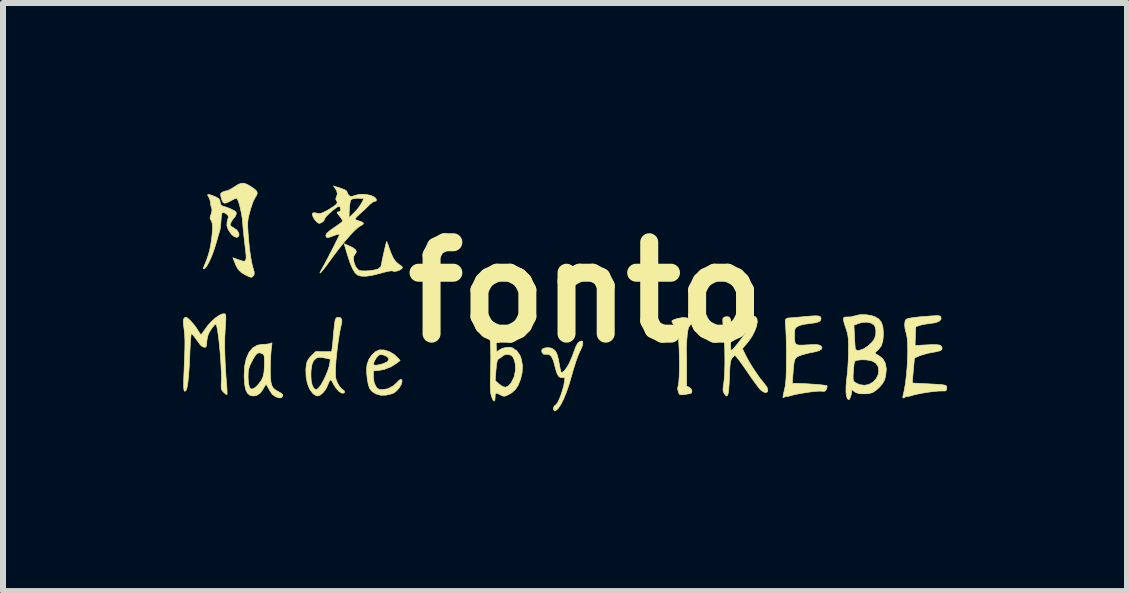
<source format=kicad_pcb>
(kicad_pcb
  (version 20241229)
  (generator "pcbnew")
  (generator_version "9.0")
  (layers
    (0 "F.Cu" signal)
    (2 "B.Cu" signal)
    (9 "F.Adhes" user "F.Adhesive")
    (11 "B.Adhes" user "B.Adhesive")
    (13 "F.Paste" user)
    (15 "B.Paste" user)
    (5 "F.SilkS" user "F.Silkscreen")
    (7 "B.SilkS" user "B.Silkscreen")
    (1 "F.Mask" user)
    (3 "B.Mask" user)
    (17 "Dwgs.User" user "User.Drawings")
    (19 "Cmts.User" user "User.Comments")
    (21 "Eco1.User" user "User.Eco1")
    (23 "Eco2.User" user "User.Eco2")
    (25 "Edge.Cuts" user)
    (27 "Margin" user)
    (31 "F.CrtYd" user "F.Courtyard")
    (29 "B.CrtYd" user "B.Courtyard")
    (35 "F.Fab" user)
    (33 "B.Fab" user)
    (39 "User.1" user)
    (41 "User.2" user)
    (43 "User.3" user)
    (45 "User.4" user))
  (footprint "fonto"
    (layer "F.Cu")
    (at 6.721 1.823)
    (property "Reference" "fonto" (at 0 0 0) (layer "F.SilkS") (effects (font (size 1.524 1.524) (thickness 0.3))))
    (attr through_hole)
    (fp_poly (pts (xy 1.687 0.428) (xy 1.732 0.462) (xy 1.741 0.477) (xy 1.753 0.513) (xy 1.74 0.543) (xy 1.728 0.556) (xy 1.711 0.582) (xy 1.698 0.624) (xy 1.688 0.688) (xy 1.681 0.768) (xy 1.675 0.845) (xy 1.672 0.911) (xy 1.671 0.956) (xy 1.672 0.97) (xy 1.673 0.996) (xy 1.674 1.051) (xy 1.675 1.127) (xy 1.676 1.219) (xy 1.676 1.281) (xy 1.676 1.564) (xy 1.72 1.584) (xy 1.751 1.611) (xy 1.765 1.646) (xy 1.757 1.677) (xy 1.75 1.682) (xy 1.725 1.69) (xy 1.678 1.698) (xy 1.646 1.703) (xy 1.593 1.709) (xy 1.565 1.706) (xy 1.549 1.688) (xy 1.537 1.658) (xy 1.527 1.615) (xy 1.527 1.585) (xy 1.528 1.584) (xy 1.539 1.549) (xy 1.546 1.486) (xy 1.552 1.401) (xy 1.555 1.3) (xy 1.556 1.188) (xy 1.554 1.072) (xy 1.551 0.957) (xy 1.546 0.85) (xy 1.539 0.755) (xy 1.53 0.679) (xy 1.52 0.628) (xy 1.51 0.609) (xy 1.485 0.579) (xy 1.457 0.539) (xy 1.435 0.5) (xy 1.429 0.479) (xy 1.444 0.466) (xy 1.484 0.449) (xy 1.525 0.436) (xy 1.618 0.419) (xy 1.687 0.428)) (stroke (width 0.01) (type solid)) (fill yes) (layer "F.SilkS"))
    (fp_poly (pts (xy -3.316 -0.831) (xy -3.302 -0.792) (xy -3.289 -0.754) (xy -3.25 -0.647) (xy -3.213 -0.568) (xy -3.173 -0.511) (xy -3.127 -0.471) (xy -3.117 -0.464) (xy -3.076 -0.436) (xy -3.061 -0.417) (xy -3.068 -0.4) (xy -3.072 -0.395) (xy -3.109 -0.37) (xy -3.157 -0.353) (xy -3.2 -0.348) (xy -3.223 -0.355) (xy -3.248 -0.358) (xy -3.303 -0.35) (xy -3.383 -0.33) (xy -3.426 -0.318) (xy -3.559 -0.284) (xy -3.665 -0.268) (xy -3.747 -0.269) (xy -3.808 -0.287) (xy -3.809 -0.287) (xy -3.85 -0.323) (xy -3.892 -0.391) (xy -3.935 -0.491) (xy -3.979 -0.625) (xy -3.983 -0.639) (xy -4.034 -0.81) (xy -3.97 -0.783) (xy -3.889 -0.744) (xy -3.843 -0.708) (xy -3.829 -0.675) (xy -3.847 -0.642) (xy -3.854 -0.635) (xy -3.875 -0.597) (xy -3.878 -0.541) (xy -3.864 -0.479) (xy -3.838 -0.421) (xy -3.801 -0.377) (xy -3.787 -0.368) (xy -3.747 -0.358) (xy -3.684 -0.356) (xy -3.611 -0.36) (xy -3.54 -0.37) (xy -3.481 -0.384) (xy -3.464 -0.391) (xy -3.422 -0.428) (xy -3.412 -0.464) (xy -3.406 -0.5) (xy -3.395 -0.556) (xy -3.38 -0.624) (xy -3.364 -0.695) (xy -3.349 -0.76) (xy -3.336 -0.812) (xy -3.327 -0.842) (xy -3.324 -0.847) (xy -3.316 -0.831)) (stroke (width 0.01) (type solid)) (fill yes) (layer "F.SilkS"))
    (fp_poly (pts (xy -3.37 0.961) (xy -3.285 0.987) (xy -3.205 1.033) (xy -3.16 1.073) (xy -3.1 1.136) (xy -3.151 1.177) (xy -3.253 1.242) (xy -3.366 1.286) (xy -3.452 1.302) (xy -3.545 1.31) (xy -3.545 1.407) (xy -3.536 1.496) (xy -3.509 1.563) (xy -3.479 1.603) (xy -3.444 1.62) (xy -3.402 1.623) (xy -3.302 1.607) (xy -3.213 1.559) (xy -3.161 1.511) (xy -3.116 1.465) (xy -3.087 1.449) (xy -3.072 1.462) (xy -3.069 1.488) (xy -3.083 1.539) (xy -3.118 1.596) (xy -3.165 1.648) (xy -3.216 1.684) (xy -3.231 1.69) (xy -3.337 1.715) (xy -3.425 1.716) (xy -3.503 1.694) (xy -3.505 1.694) (xy -3.567 1.654) (xy -3.607 1.606) (xy -3.63 1.542) (xy -3.647 1.455) (xy -3.657 1.36) (xy -3.659 1.269) (xy -3.651 1.2) (xy -3.545 1.2) (xy -3.53 1.214) (xy -3.489 1.215) (xy -3.428 1.203) (xy -3.382 1.189) (xy -3.318 1.16) (xy -3.289 1.127) (xy -3.295 1.094) (xy -3.335 1.063) (xy -3.379 1.045) (xy -3.424 1.036) (xy -3.459 1.05) (xy -3.467 1.056) (xy -3.498 1.093) (xy -3.527 1.142) (xy -3.544 1.188) (xy -3.545 1.2) (xy -3.651 1.2) (xy -3.65 1.197) (xy -3.65 1.197) (xy -3.62 1.117) (xy -3.571 1.045) (xy -3.513 0.99) (xy -3.451 0.961) (xy -3.447 0.96) (xy -3.37 0.961)) (stroke (width 0.01) (type solid)) (fill yes) (layer "F.SilkS"))
    (fp_poly (pts (xy -0.055 0.826) (xy -0.056 0.863) (xy -0.072 0.917) (xy -0.088 0.952) (xy -0.129 1.041) (xy -0.168 1.147) (xy -0.209 1.276) (xy -0.245 1.402) (xy -0.287 1.545) (xy -0.332 1.674) (xy -0.378 1.784) (xy -0.423 1.873) (xy -0.465 1.936) (xy -0.503 1.97) (xy -0.521 1.976) (xy -0.542 1.96) (xy -0.547 1.936) (xy -0.531 1.895) (xy -0.508 1.878) (xy -0.484 1.853) (xy -0.456 1.801) (xy -0.426 1.73) (xy -0.399 1.649) (xy -0.375 1.565) (xy -0.361 1.492) (xy -0.355 1.445) (xy -0.359 1.424) (xy -0.377 1.421) (xy -0.391 1.423) (xy -0.431 1.421) (xy -0.463 1.394) (xy -0.49 1.34) (xy -0.515 1.255) (xy -0.52 1.232) (xy -0.547 1.135) (xy -0.578 1.071) (xy -0.615 1.037) (xy -0.659 1.033) (xy -0.664 1.034) (xy -0.709 1.032) (xy -0.735 1.002) (xy -0.741 0.967) (xy -0.725 0.943) (xy -0.687 0.928) (xy -0.637 0.922) (xy -0.587 0.929) (xy -0.556 0.942) (xy -0.522 0.969) (xy -0.497 1.004) (xy -0.477 1.054) (xy -0.46 1.127) (xy -0.449 1.185) (xy -0.437 1.252) (xy -0.425 1.305) (xy -0.417 1.334) (xy -0.415 1.337) (xy -0.396 1.334) (xy -0.365 1.308) (xy -0.329 1.263) (xy -0.293 1.207) (xy -0.293 1.206) (xy -0.267 1.152) (xy -0.236 1.079) (xy -0.207 1.001) (xy -0.203 0.989) (xy -0.17 0.903) (xy -0.139 0.847) (xy -0.105 0.818) (xy -0.072 0.811) (xy -0.055 0.826)) (stroke (width 0.01) (type solid)) (fill yes) (layer "F.SilkS"))
    (fp_poly (pts (xy -5.645 -1.797) (xy -5.584 -1.76) (xy -5.522 -1.717) (xy -5.489 -1.682) (xy -5.482 -1.647) (xy -5.5 -1.605) (xy -5.523 -1.57) (xy -5.542 -1.534) (xy -5.565 -1.474) (xy -5.59 -1.4) (xy -5.601 -1.361) (xy -5.622 -1.283) (xy -5.635 -1.221) (xy -5.641 -1.163) (xy -5.641 -1.095) (xy -5.636 -1.006) (xy -5.636 -0.999) (xy -5.625 -0.859) (xy -5.611 -0.722) (xy -5.593 -0.597) (xy -5.574 -0.49) (xy -5.554 -0.409) (xy -5.548 -0.391) (xy -5.533 -0.338) (xy -5.534 -0.302) (xy -5.543 -0.281) (xy -5.562 -0.258) (xy -5.583 -0.25) (xy -5.617 -0.259) (xy -5.672 -0.286) (xy -5.68 -0.29) (xy -5.748 -0.33) (xy -5.794 -0.374) (xy -5.83 -0.432) (xy -5.853 -0.487) (xy -5.889 -0.577) (xy -5.792 -0.542) (xy -5.74 -0.524) (xy -5.703 -0.517) (xy -5.68 -0.527) (xy -5.669 -0.556) (xy -5.668 -0.609) (xy -5.676 -0.69) (xy -5.686 -0.771) (xy -5.698 -0.875) (xy -5.71 -0.986) (xy -5.72 -1.087) (xy -5.725 -1.155) (xy -5.733 -1.236) (xy -5.747 -1.321) (xy -5.765 -1.404) (xy -5.784 -1.477) (xy -5.804 -1.533) (xy -5.821 -1.565) (xy -5.83 -1.57) (xy -5.854 -1.561) (xy -5.897 -1.54) (xy -5.924 -1.526) (xy -5.986 -1.494) (xy -6.027 -1.485) (xy -6.055 -1.502) (xy -6.075 -1.548) (xy -6.091 -1.607) (xy -6.093 -1.644) (xy -6.07 -1.667) (xy -6.058 -1.673) (xy -6.015 -1.688) (xy -5.986 -1.693) (xy -5.957 -1.703) (xy -5.912 -1.727) (xy -5.88 -1.748) (xy -5.808 -1.794) (xy -5.751 -1.818) (xy -5.7 -1.818) (xy -5.645 -1.797)) (stroke (width 0.01) (type solid)) (fill yes) (layer "F.SilkS"))
    (fp_poly (pts (xy -5.251 0.972) (xy -5.257 1.046) (xy -5.262 1.141) (xy -5.264 1.243) (xy -5.265 1.305) (xy -5.262 1.416) (xy -5.254 1.498) (xy -5.238 1.557) (xy -5.212 1.6) (xy -5.173 1.632) (xy -5.142 1.649) (xy -5.085 1.681) (xy -5.058 1.706) (xy -5.057 1.729) (xy -5.066 1.741) (xy -5.088 1.759) (xy -5.12 1.76) (xy -5.169 1.743) (xy -5.18 1.738) (xy -5.232 1.701) (xy -5.278 1.633) (xy -5.282 1.624) (xy -5.308 1.576) (xy -5.328 1.543) (xy -5.336 1.535) (xy -5.348 1.549) (xy -5.369 1.585) (xy -5.379 1.604) (xy -5.43 1.678) (xy -5.49 1.718) (xy -5.549 1.729) (xy -5.604 1.717) (xy -5.647 1.681) (xy -5.676 1.619) (xy -5.694 1.527) (xy -5.701 1.404) (xy -5.701 1.4) (xy -5.635 1.4) (xy -5.635 1.422) (xy -5.629 1.519) (xy -5.613 1.582) (xy -5.587 1.612) (xy -5.549 1.609) (xy -5.5 1.573) (xy -5.459 1.529) (xy -5.415 1.47) (xy -5.386 1.408) (xy -5.37 1.334) (xy -5.363 1.239) (xy -5.362 1.186) (xy -5.363 1.114) (xy -5.366 1.069) (xy -5.375 1.043) (xy -5.39 1.028) (xy -5.408 1.019) (xy -5.446 1.008) (xy -5.479 1.016) (xy -5.511 1.047) (xy -5.547 1.105) (xy -5.574 1.156) (xy -5.606 1.222) (xy -5.624 1.275) (xy -5.633 1.329) (xy -5.635 1.4) (xy -5.701 1.4) (xy -5.701 1.385) (xy -5.693 1.233) (xy -5.666 1.105) (xy -5.621 1.003) (xy -5.56 0.928) (xy -5.483 0.882) (xy -5.393 0.867) (xy -5.386 0.867) (xy -5.329 0.865) (xy -5.281 0.857) (xy -5.277 0.856) (xy -5.236 0.842) (xy -5.251 0.972)) (stroke (width 0.01) (type solid)) (fill yes) (layer "F.SilkS"))
    (fp_poly (pts (xy -1.595 0.464) (xy -1.568 0.488) (xy -1.541 0.529) (xy -1.519 0.577) (xy -1.515 0.593) (xy -1.507 0.642) (xy -1.501 0.714) (xy -1.499 0.795) (xy -1.499 0.825) (xy -1.498 0.896) (xy -1.495 0.951) (xy -1.491 0.983) (xy -1.488 0.988) (xy -1.466 0.977) (xy -1.448 0.962) (xy -1.399 0.935) (xy -1.334 0.919) (xy -1.269 0.916) (xy -1.234 0.924) (xy -1.159 0.972) (xy -1.107 1.041) (xy -1.084 1.1) (xy -1.061 1.218) (xy -1.066 1.335) (xy -1.091 1.443) (xy -1.131 1.546) (xy -1.179 1.621) (xy -1.243 1.677) (xy -1.285 1.701) (xy -1.334 1.725) (xy -1.366 1.733) (xy -1.394 1.727) (xy -1.429 1.71) (xy -1.479 1.685) (xy -1.505 1.681) (xy -1.515 1.701) (xy -1.517 1.746) (xy -1.521 1.797) (xy -1.533 1.814) (xy -1.551 1.797) (xy -1.573 1.747) (xy -1.576 1.736) (xy -1.586 1.702) (xy -1.593 1.661) (xy -1.596 1.608) (xy -1.598 1.537) (xy -1.597 1.473) (xy -1.516 1.473) (xy -1.45 1.53) (xy -1.39 1.573) (xy -1.339 1.582) (xy -1.291 1.558) (xy -1.248 1.507) (xy -1.202 1.416) (xy -1.179 1.31) (xy -1.179 1.204) (xy -1.196 1.132) (xy -1.219 1.081) (xy -1.244 1.054) (xy -1.281 1.04) (xy -1.287 1.038) (xy -1.338 1.035) (xy -1.379 1.053) (xy -1.396 1.067) (xy -1.435 1.096) (xy -1.465 1.114) (xy -1.467 1.115) (xy -1.48 1.137) (xy -1.492 1.193) (xy -1.501 1.281) (xy -1.503 1.298) (xy -1.516 1.473) (xy -1.597 1.473) (xy -1.597 1.443) (xy -1.593 1.32) (xy -1.593 1.305) (xy -1.589 1.068) (xy -1.595 0.858) (xy -1.604 0.715) (xy -1.612 0.626) (xy -1.617 0.551) (xy -1.618 0.495) (xy -1.617 0.466) (xy -1.616 0.463) (xy -1.595 0.464)) (stroke (width 0.01) (type solid)) (fill yes) (layer "F.SilkS"))
    (fp_poly (pts (xy -6.275 -1.628) (xy -6.225 -1.611) (xy -6.161 -1.584) (xy -6.123 -1.561) (xy -6.106 -1.536) (xy -6.103 -1.509) (xy -6.09 -1.462) (xy -6.055 -1.433) (xy -6.033 -1.429) (xy -6.003 -1.421) (xy -5.954 -1.403) (xy -5.915 -1.386) (xy -5.863 -1.36) (xy -5.837 -1.339) (xy -5.831 -1.317) (xy -5.833 -1.302) (xy -5.854 -1.258) (xy -5.873 -1.235) (xy -5.902 -1.199) (xy -5.923 -1.16) (xy -5.934 -1.126) (xy -5.925 -1.105) (xy -5.89 -1.084) (xy -5.887 -1.082) (xy -5.823 -1.039) (xy -5.791 -0.991) (xy -5.786 -0.957) (xy -5.797 -0.925) (xy -5.827 -0.916) (xy -5.867 -0.929) (xy -5.909 -0.962) (xy -5.913 -0.968) (xy -5.966 -1.044) (xy -5.989 -1.113) (xy -5.984 -1.183) (xy -5.979 -1.202) (xy -5.965 -1.248) (xy -5.967 -1.275) (xy -5.986 -1.297) (xy -5.998 -1.307) (xy -6.041 -1.332) (xy -6.067 -1.326) (xy -6.079 -1.289) (xy -6.08 -1.277) (xy -6.084 -1.228) (xy -6.089 -1.164) (xy -6.091 -1.138) (xy -6.097 -1.081) (xy -6.105 -1.036) (xy -6.108 -1.023) (xy -6.117 -0.996) (xy -6.133 -0.943) (xy -6.153 -0.872) (xy -6.174 -0.801) (xy -6.207 -0.697) (xy -6.243 -0.6) (xy -6.281 -0.515) (xy -6.318 -0.447) (xy -6.35 -0.404) (xy -6.367 -0.391) (xy -6.383 -0.394) (xy -6.38 -0.408) (xy -6.332 -0.525) (xy -6.297 -0.625) (xy -6.272 -0.718) (xy -6.254 -0.817) (xy -6.253 -0.824) (xy -6.235 -0.961) (xy -6.228 -1.067) (xy -6.231 -1.143) (xy -6.246 -1.19) (xy -6.252 -1.199) (xy -6.267 -1.221) (xy -6.268 -1.249) (xy -6.255 -1.294) (xy -6.252 -1.302) (xy -6.237 -1.364) (xy -6.241 -1.405) (xy -6.244 -1.411) (xy -6.258 -1.454) (xy -6.262 -1.494) (xy -6.272 -1.547) (xy -6.29 -1.585) (xy -6.309 -1.618) (xy -6.305 -1.632) (xy -6.275 -1.628)) (stroke (width 0.01) (type solid)) (fill yes) (layer "F.SilkS"))
    (fp_poly (pts (xy 5.891 0.393) (xy 5.907 0.401) (xy 5.916 0.416) (xy 5.916 0.417) (xy 5.915 0.455) (xy 5.881 0.485) (xy 5.816 0.508) (xy 5.737 0.52) (xy 5.665 0.529) (xy 5.597 0.542) (xy 5.556 0.553) (xy 5.495 0.575) (xy 5.489 0.731) (xy 5.484 0.887) (xy 5.668 0.877) (xy 5.769 0.872) (xy 5.84 0.873) (xy 5.887 0.878) (xy 5.915 0.89) (xy 5.929 0.91) (xy 5.932 0.918) (xy 5.934 0.945) (xy 5.919 0.964) (xy 5.882 0.98) (xy 5.819 0.994) (xy 5.771 1.002) (xy 5.692 1.018) (xy 5.614 1.04) (xy 5.558 1.059) (xy 5.474 1.095) (xy 5.455 1.302) (xy 5.448 1.382) (xy 5.442 1.449) (xy 5.439 1.494) (xy 5.439 1.511) (xy 5.456 1.513) (xy 5.503 1.516) (xy 5.572 1.519) (xy 5.657 1.524) (xy 5.689 1.525) (xy 5.804 1.531) (xy 5.888 1.536) (xy 5.947 1.542) (xy 5.984 1.549) (xy 6.004 1.56) (xy 6.012 1.574) (xy 6.012 1.593) (xy 6.012 1.601) (xy 6.005 1.632) (xy 5.986 1.645) (xy 5.946 1.645) (xy 5.935 1.645) (xy 5.88 1.646) (xy 5.8 1.653) (xy 5.707 1.665) (xy 5.611 1.68) (xy 5.523 1.697) (xy 5.452 1.714) (xy 5.427 1.722) (xy 5.381 1.735) (xy 5.349 1.738) (xy 5.344 1.737) (xy 5.323 1.74) (xy 5.318 1.746) (xy 5.296 1.764) (xy 5.28 1.755) (xy 5.281 1.733) (xy 5.303 1.637) (xy 5.323 1.521) (xy 5.339 1.391) (xy 5.351 1.253) (xy 5.358 1.115) (xy 5.362 0.984) (xy 5.36 0.865) (xy 5.353 0.766) (xy 5.34 0.693) (xy 5.335 0.679) (xy 5.317 0.607) (xy 5.31 0.536) (xy 5.318 0.479) (xy 5.326 0.46) (xy 5.349 0.444) (xy 5.399 0.43) (xy 5.479 0.418) (xy 5.59 0.406) (xy 5.725 0.396) (xy 5.807 0.391) (xy 5.859 0.389) (xy 5.891 0.393)) (stroke (width 0.01) (type solid)) (fill yes) (layer "F.SilkS"))
    (fp_poly (pts (xy 2.819 0.404) (xy 2.821 0.405) (xy 2.848 0.438) (xy 2.854 0.492) (xy 2.842 0.563) (xy 2.812 0.644) (xy 2.768 0.73) (xy 2.71 0.815) (xy 2.675 0.858) (xy 2.605 0.938) (xy 2.662 1.054) (xy 2.71 1.145) (xy 2.771 1.245) (xy 2.837 1.345) (xy 2.901 1.436) (xy 2.959 1.507) (xy 2.972 1.523) (xy 3.013 1.577) (xy 3.029 1.623) (xy 3.024 1.657) (xy 3 1.672) (xy 2.96 1.663) (xy 2.917 1.634) (xy 2.89 1.606) (xy 2.849 1.553) (xy 2.797 1.483) (xy 2.738 1.399) (xy 2.682 1.317) (xy 2.623 1.232) (xy 2.57 1.158) (xy 2.526 1.101) (xy 2.495 1.064) (xy 2.48 1.052) (xy 2.479 1.052) (xy 2.456 1.071) (xy 2.429 1.102) (xy 2.416 1.127) (xy 2.406 1.164) (xy 2.399 1.218) (xy 2.394 1.296) (xy 2.39 1.388) (xy 2.385 1.517) (xy 2.378 1.613) (xy 2.37 1.678) (xy 2.359 1.716) (xy 2.345 1.729) (xy 2.326 1.719) (xy 2.303 1.689) (xy 2.302 1.687) (xy 2.287 1.658) (xy 2.282 1.624) (xy 2.286 1.574) (xy 2.294 1.523) (xy 2.303 1.442) (xy 2.309 1.335) (xy 2.313 1.209) (xy 2.313 1.074) (xy 2.311 0.937) (xy 2.306 0.809) (xy 2.299 0.697) (xy 2.293 0.638) (xy 2.284 0.56) (xy 2.279 0.494) (xy 2.279 0.448) (xy 2.281 0.434) (xy 2.307 0.412) (xy 2.345 0.406) (xy 2.373 0.409) (xy 2.393 0.421) (xy 2.407 0.448) (xy 2.414 0.493) (xy 2.417 0.561) (xy 2.415 0.656) (xy 2.412 0.734) (xy 2.41 0.821) (xy 2.41 0.893) (xy 2.413 0.945) (xy 2.417 0.969) (xy 2.418 0.97) (xy 2.438 0.957) (xy 2.472 0.92) (xy 2.517 0.867) (xy 2.566 0.803) (xy 2.615 0.736) (xy 2.66 0.671) (xy 2.695 0.615) (xy 2.711 0.585) (xy 2.737 0.52) (xy 2.748 0.465) (xy 2.747 0.447) (xy 2.75 0.407) (xy 2.775 0.392) (xy 2.819 0.404)) (stroke (width 0.01) (type solid)) (fill yes) (layer "F.SilkS"))
    (fp_poly (pts (xy -4.101 0.42) (xy -4.075 0.448) (xy -4.072 0.497) (xy -4.076 0.516) (xy -4.093 0.586) (xy -4.111 0.683) (xy -4.129 0.797) (xy -4.146 0.92) (xy -4.16 1.042) (xy -4.171 1.155) (xy -4.174 1.209) (xy -4.178 1.302) (xy -4.179 1.368) (xy -4.176 1.417) (xy -4.167 1.456) (xy -4.153 1.493) (xy -4.149 1.503) (xy -4.119 1.558) (xy -4.083 1.602) (xy -4.067 1.614) (xy -4.03 1.645) (xy -4.025 1.667) (xy -4.048 1.682) (xy -4.082 1.678) (xy -4.124 1.648) (xy -4.168 1.6) (xy -4.207 1.539) (xy -4.215 1.524) (xy -4.239 1.478) (xy -4.258 1.46) (xy -4.275 1.473) (xy -4.296 1.517) (xy -4.311 1.556) (xy -4.344 1.621) (xy -4.389 1.677) (xy -4.438 1.716) (xy -4.479 1.729) (xy -4.513 1.717) (xy -4.553 1.689) (xy -4.556 1.686) (xy -4.608 1.616) (xy -4.646 1.521) (xy -4.668 1.409) (xy -4.669 1.368) (xy -4.588 1.368) (xy -4.584 1.467) (xy -4.568 1.544) (xy -4.542 1.596) (xy -4.528 1.609) (xy -4.503 1.621) (xy -4.481 1.614) (xy -4.45 1.584) (xy -4.449 1.583) (xy -4.415 1.536) (xy -4.376 1.465) (xy -4.338 1.383) (xy -4.304 1.3) (xy -4.282 1.228) (xy -4.275 1.197) (xy -4.264 1.115) (xy -4.362 1.094) (xy -4.423 1.084) (xy -4.462 1.084) (xy -4.493 1.095) (xy -4.505 1.103) (xy -4.545 1.143) (xy -4.571 1.206) (xy -4.585 1.296) (xy -4.588 1.368) (xy -4.669 1.368) (xy -4.672 1.286) (xy -4.666 1.228) (xy -4.655 1.166) (xy -4.633 1.12) (xy -4.594 1.072) (xy -4.581 1.059) (xy -4.507 0.986) (xy -4.379 0.99) (xy -4.315 0.99) (xy -4.267 0.989) (xy -4.244 0.986) (xy -4.243 0.986) (xy -4.239 0.967) (xy -4.233 0.919) (xy -4.225 0.85) (xy -4.217 0.767) (xy -4.217 0.758) (xy -4.206 0.643) (xy -4.197 0.558) (xy -4.19 0.499) (xy -4.182 0.46) (xy -4.172 0.437) (xy -4.161 0.424) (xy -4.146 0.418) (xy -4.144 0.418) (xy -4.101 0.42)) (stroke (width 0.01) (type solid)) (fill yes) (layer "F.SilkS"))
    (fp_poly (pts (xy 3.875 0.395) (xy 3.902 0.405) (xy 3.914 0.422) (xy 3.916 0.44) (xy 3.908 0.469) (xy 3.881 0.491) (xy 3.83 0.507) (xy 3.75 0.518) (xy 3.717 0.522) (xy 3.631 0.534) (xy 3.562 0.552) (xy 3.529 0.567) (xy 3.5 0.586) (xy 3.484 0.608) (xy 3.477 0.641) (xy 3.475 0.698) (xy 3.475 0.719) (xy 3.476 0.79) (xy 3.483 0.838) (xy 3.5 0.866) (xy 3.535 0.879) (xy 3.593 0.881) (xy 3.68 0.877) (xy 3.691 0.876) (xy 3.78 0.872) (xy 3.841 0.872) (xy 3.881 0.878) (xy 3.906 0.888) (xy 3.909 0.89) (xy 3.933 0.92) (xy 3.923 0.949) (xy 3.881 0.974) (xy 3.808 0.994) (xy 3.782 0.999) (xy 3.703 1.015) (xy 3.624 1.036) (xy 3.573 1.052) (xy 3.532 1.069) (xy 3.503 1.088) (xy 3.483 1.114) (xy 3.47 1.155) (xy 3.461 1.215) (xy 3.453 1.303) (xy 3.45 1.345) (xy 3.437 1.517) (xy 3.513 1.518) (xy 3.594 1.521) (xy 3.683 1.525) (xy 3.774 1.531) (xy 3.86 1.537) (xy 3.933 1.544) (xy 3.987 1.551) (xy 4.014 1.556) (xy 4.015 1.557) (xy 4.018 1.581) (xy 4.007 1.614) (xy 3.989 1.643) (xy 3.963 1.652) (xy 3.921 1.648) (xy 3.878 1.648) (xy 3.81 1.653) (xy 3.726 1.663) (xy 3.635 1.677) (xy 3.546 1.692) (xy 3.468 1.708) (xy 3.41 1.724) (xy 3.398 1.728) (xy 3.363 1.736) (xy 3.345 1.734) (xy 3.325 1.735) (xy 3.308 1.746) (xy 3.286 1.757) (xy 3.281 1.75) (xy 3.285 1.724) (xy 3.295 1.675) (xy 3.309 1.612) (xy 3.31 1.611) (xy 3.32 1.558) (xy 3.328 1.496) (xy 3.334 1.418) (xy 3.337 1.319) (xy 3.339 1.194) (xy 3.339 1.094) (xy 3.339 0.97) (xy 3.337 0.849) (xy 3.335 0.74) (xy 3.331 0.649) (xy 3.327 0.584) (xy 3.326 0.57) (xy 3.32 0.5) (xy 3.323 0.458) (xy 3.341 0.436) (xy 3.378 0.427) (xy 3.422 0.425) (xy 3.449 0.423) (xy 3.504 0.418) (xy 3.577 0.411) (xy 3.655 0.404) (xy 3.757 0.395) (xy 3.829 0.392) (xy 3.875 0.395)) (stroke (width 0.01) (type solid)) (fill yes) (layer "F.SilkS"))
    (fp_poly (pts (xy -6.013 0.365) (xy -6.007 0.391) (xy -6.006 0.448) (xy -6.011 0.533) (xy -6.015 0.592) (xy -6.024 0.753) (xy -6.025 0.945) (xy -6.018 1.162) (xy -6.004 1.4) (xy -5.996 1.497) (xy -5.99 1.578) (xy -5.986 1.644) (xy -5.985 1.69) (xy -5.987 1.706) (xy -6.003 1.701) (xy -6.033 1.676) (xy -6.042 1.668) (xy -6.067 1.64) (xy -6.08 1.611) (xy -6.084 1.571) (xy -6.082 1.508) (xy -6.081 1.503) (xy -6.079 1.429) (xy -6.081 1.336) (xy -6.086 1.23) (xy -6.093 1.115) (xy -6.102 0.998) (xy -6.113 0.883) (xy -6.124 0.776) (xy -6.137 0.682) (xy -6.149 0.606) (xy -6.161 0.553) (xy -6.171 0.53) (xy -6.173 0.529) (xy -6.194 0.543) (xy -6.224 0.578) (xy -6.257 0.625) (xy -6.285 0.673) (xy -6.3 0.705) (xy -6.315 0.763) (xy -6.323 0.815) (xy -6.327 0.862) (xy -6.33 0.895) (xy -6.33 0.895) (xy -6.345 0.915) (xy -6.376 0.914) (xy -6.412 0.895) (xy -6.433 0.874) (xy -6.463 0.833) (xy -6.501 0.781) (xy -6.517 0.759) (xy -6.549 0.718) (xy -6.573 0.692) (xy -6.581 0.688) (xy -6.585 0.705) (xy -6.59 0.751) (xy -6.596 0.822) (xy -6.601 0.913) (xy -6.606 1.016) (xy -6.606 1.026) (xy -6.615 1.218) (xy -6.626 1.374) (xy -6.638 1.496) (xy -6.652 1.582) (xy -6.668 1.633) (xy -6.685 1.649) (xy -6.695 1.647) (xy -6.702 1.636) (xy -6.706 1.614) (xy -6.709 1.578) (xy -6.709 1.523) (xy -6.708 1.446) (xy -6.704 1.343) (xy -6.699 1.212) (xy -6.694 1.09) (xy -6.689 0.934) (xy -6.688 0.805) (xy -6.693 0.698) (xy -6.702 0.616) (xy -6.712 0.538) (xy -6.716 0.488) (xy -6.713 0.456) (xy -6.704 0.436) (xy -6.697 0.427) (xy -6.679 0.415) (xy -6.66 0.418) (xy -6.631 0.44) (xy -6.592 0.478) (xy -6.541 0.535) (xy -6.495 0.596) (xy -6.473 0.631) (xy -6.447 0.674) (xy -6.427 0.701) (xy -6.421 0.706) (xy -6.406 0.692) (xy -6.38 0.657) (xy -6.36 0.627) (xy -6.306 0.553) (xy -6.245 0.485) (xy -6.181 0.428) (xy -6.119 0.385) (xy -6.066 0.36) (xy -6.026 0.358) (xy -6.013 0.365)) (stroke (width 0.01) (type solid)) (fill yes) (layer "F.SilkS"))
    (fp_poly (pts (xy 4.754 0.387) (xy 4.815 0.407) (xy 4.879 0.446) (xy 4.922 0.499) (xy 4.947 0.574) (xy 4.956 0.675) (xy 4.957 0.698) (xy 4.947 0.81) (xy 4.919 0.896) (xy 4.87 0.959) (xy 4.862 0.965) (xy 4.83 0.993) (xy 4.816 1.011) (xy 4.815 1.012) (xy 4.83 1.026) (xy 4.865 1.047) (xy 4.882 1.057) (xy 4.948 1.109) (xy 4.989 1.184) (xy 5.005 1.28) (xy 4.993 1.394) (xy 4.993 1.398) (xy 4.973 1.466) (xy 4.94 1.524) (xy 4.894 1.577) (xy 4.831 1.636) (xy 4.774 1.672) (xy 4.71 1.689) (xy 4.626 1.693) (xy 4.623 1.693) (xy 4.55 1.689) (xy 4.5 1.673) (xy 4.474 1.657) (xy 4.427 1.62) (xy 4.427 1.661) (xy 4.419 1.708) (xy 4.404 1.753) (xy 4.388 1.786) (xy 4.374 1.79) (xy 4.356 1.772) (xy 4.339 1.73) (xy 4.332 1.658) (xy 4.334 1.553) (xy 4.345 1.436) (xy 4.451 1.436) (xy 4.455 1.467) (xy 4.466 1.487) (xy 4.485 1.503) (xy 4.558 1.539) (xy 4.642 1.55) (xy 4.713 1.537) (xy 4.785 1.495) (xy 4.837 1.438) (xy 4.869 1.372) (xy 4.879 1.303) (xy 4.868 1.238) (xy 4.832 1.184) (xy 4.773 1.147) (xy 4.769 1.146) (xy 4.684 1.128) (xy 4.592 1.124) (xy 4.514 1.134) (xy 4.492 1.141) (xy 4.478 1.155) (xy 4.469 1.182) (xy 4.463 1.229) (xy 4.457 1.304) (xy 4.456 1.309) (xy 4.451 1.386) (xy 4.451 1.436) (xy 4.345 1.436) (xy 4.347 1.417) (xy 4.353 1.372) (xy 4.361 1.285) (xy 4.368 1.177) (xy 4.373 1.062) (xy 4.374 0.962) (xy 4.374 0.859) (xy 4.371 0.782) (xy 4.364 0.722) (xy 4.353 0.669) (xy 4.336 0.614) (xy 4.33 0.596) (xy 4.314 0.549) (xy 4.465 0.549) (xy 4.474 0.737) (xy 4.478 0.817) (xy 4.483 0.885) (xy 4.487 0.931) (xy 4.49 0.948) (xy 4.512 0.967) (xy 4.556 0.967) (xy 4.614 0.948) (xy 4.627 0.942) (xy 4.703 0.892) (xy 4.77 0.828) (xy 4.808 0.773) (xy 4.828 0.708) (xy 4.831 0.637) (xy 4.817 0.574) (xy 4.802 0.548) (xy 4.754 0.514) (xy 4.684 0.498) (xy 4.605 0.502) (xy 4.543 0.519) (xy 4.465 0.549) (xy 4.314 0.549) (xy 4.303 0.515) (xy 4.289 0.461) (xy 4.29 0.429) (xy 4.305 0.415) (xy 4.335 0.411) (xy 4.352 0.412) (xy 4.414 0.409) (xy 4.473 0.394) (xy 4.475 0.394) (xy 4.558 0.374) (xy 4.655 0.372) (xy 4.754 0.387)) (stroke (width 0.01) (type solid)) (fill yes) (layer "F.SilkS"))
    (fp_poly (pts (xy -4.099 -1.738) (xy -4.03 -1.712) (xy -3.993 -1.689) (xy -3.986 -1.674) (xy -3.974 -1.641) (xy -3.954 -1.616) (xy -3.93 -1.599) (xy -3.906 -1.597) (xy -3.867 -1.61) (xy -3.853 -1.616) (xy -3.772 -1.634) (xy -3.678 -1.634) (xy -3.587 -1.614) (xy -3.547 -1.597) (xy -3.509 -1.57) (xy -3.494 -1.542) (xy -3.502 -1.522) (xy -3.525 -1.517) (xy -3.554 -1.505) (xy -3.596 -1.474) (xy -3.629 -1.442) (xy -3.686 -1.385) (xy -3.751 -1.326) (xy -3.783 -1.298) (xy -3.824 -1.26) (xy -3.848 -1.23) (xy -3.851 -1.216) (xy -3.825 -1.203) (xy -3.782 -1.188) (xy -3.776 -1.187) (xy -3.726 -1.168) (xy -3.711 -1.147) (xy -3.73 -1.124) (xy -3.754 -1.113) (xy -3.799 -1.083) (xy -3.861 -1.028) (xy -3.936 -0.949) (xy -4.021 -0.851) (xy -4.113 -0.737) (xy -4.209 -0.611) (xy -4.282 -0.511) (xy -4.333 -0.44) (xy -4.377 -0.384) (xy -4.411 -0.344) (xy -4.432 -0.323) (xy -4.439 -0.323) (xy -4.428 -0.348) (xy -4.416 -0.37) (xy -4.388 -0.42) (xy -4.351 -0.487) (xy -4.309 -0.566) (xy -4.265 -0.652) (xy -4.22 -0.738) (xy -4.18 -0.818) (xy -4.146 -0.886) (xy -4.122 -0.937) (xy -4.11 -0.964) (xy -4.11 -0.966) (xy -4.125 -0.969) (xy -4.163 -0.96) (xy -4.211 -0.943) (xy -4.275 -0.919) (xy -4.314 -0.912) (xy -4.333 -0.922) (xy -4.339 -0.949) (xy -4.339 -0.953) (xy -4.324 -0.982) (xy -4.28 -1.023) (xy -4.204 -1.077) (xy -4.198 -1.08) (xy -4.138 -1.122) (xy -4.09 -1.157) (xy -4.062 -1.181) (xy -4.057 -1.188) (xy -4.067 -1.21) (xy -4.091 -1.245) (xy -3.951 -1.245) (xy -3.866 -1.329) (xy -3.814 -1.385) (xy -3.768 -1.446) (xy -3.743 -1.487) (xy -3.705 -1.561) (xy -3.761 -1.567) (xy -3.821 -1.568) (xy -3.873 -1.562) (xy -3.906 -1.553) (xy -3.924 -1.536) (xy -3.934 -1.5) (xy -3.94 -1.459) (xy -3.946 -1.392) (xy -3.95 -1.328) (xy -3.951 -1.306) (xy -3.951 -1.245) (xy -4.091 -1.245) (xy -4.093 -1.248) (xy -4.111 -1.272) (xy -4.142 -1.312) (xy -4.152 -1.333) (xy -4.143 -1.34) (xy -4.129 -1.341) (xy -4.1 -1.351) (xy -4.092 -1.383) (xy -4.101 -1.419) (xy -4.116 -1.434) (xy -4.139 -1.427) (xy -4.179 -1.401) (xy -4.227 -1.363) (xy -4.277 -1.32) (xy -4.32 -1.278) (xy -4.349 -1.244) (xy -4.357 -1.227) (xy -4.371 -1.194) (xy -4.406 -1.164) (xy -4.444 -1.149) (xy -4.456 -1.15) (xy -4.488 -1.169) (xy -4.522 -1.208) (xy -4.55 -1.254) (xy -4.564 -1.294) (xy -4.564 -1.304) (xy -4.556 -1.322) (xy -4.536 -1.327) (xy -4.495 -1.321) (xy -4.463 -1.314) (xy -4.429 -1.314) (xy -4.383 -1.331) (xy -4.316 -1.365) (xy -4.282 -1.385) (xy -4.21 -1.431) (xy -4.167 -1.464) (xy -4.149 -1.491) (xy -4.152 -1.514) (xy -4.164 -1.529) (xy -4.175 -1.557) (xy -4.164 -1.584) (xy -4.147 -1.64) (xy -4.158 -1.693) (xy -4.179 -1.726) (xy -4.212 -1.773) (xy -4.099 -1.738)) (stroke (width 0.01) (type solid)) (fill yes) (layer "F.SilkS")))
  (gr_rect
    (start -3 -3)
    (end 15.738 6.804)
    (stroke (width 0.1) (type default))
    (fill no)
    (layer "Edge.Cuts")))
</source>
